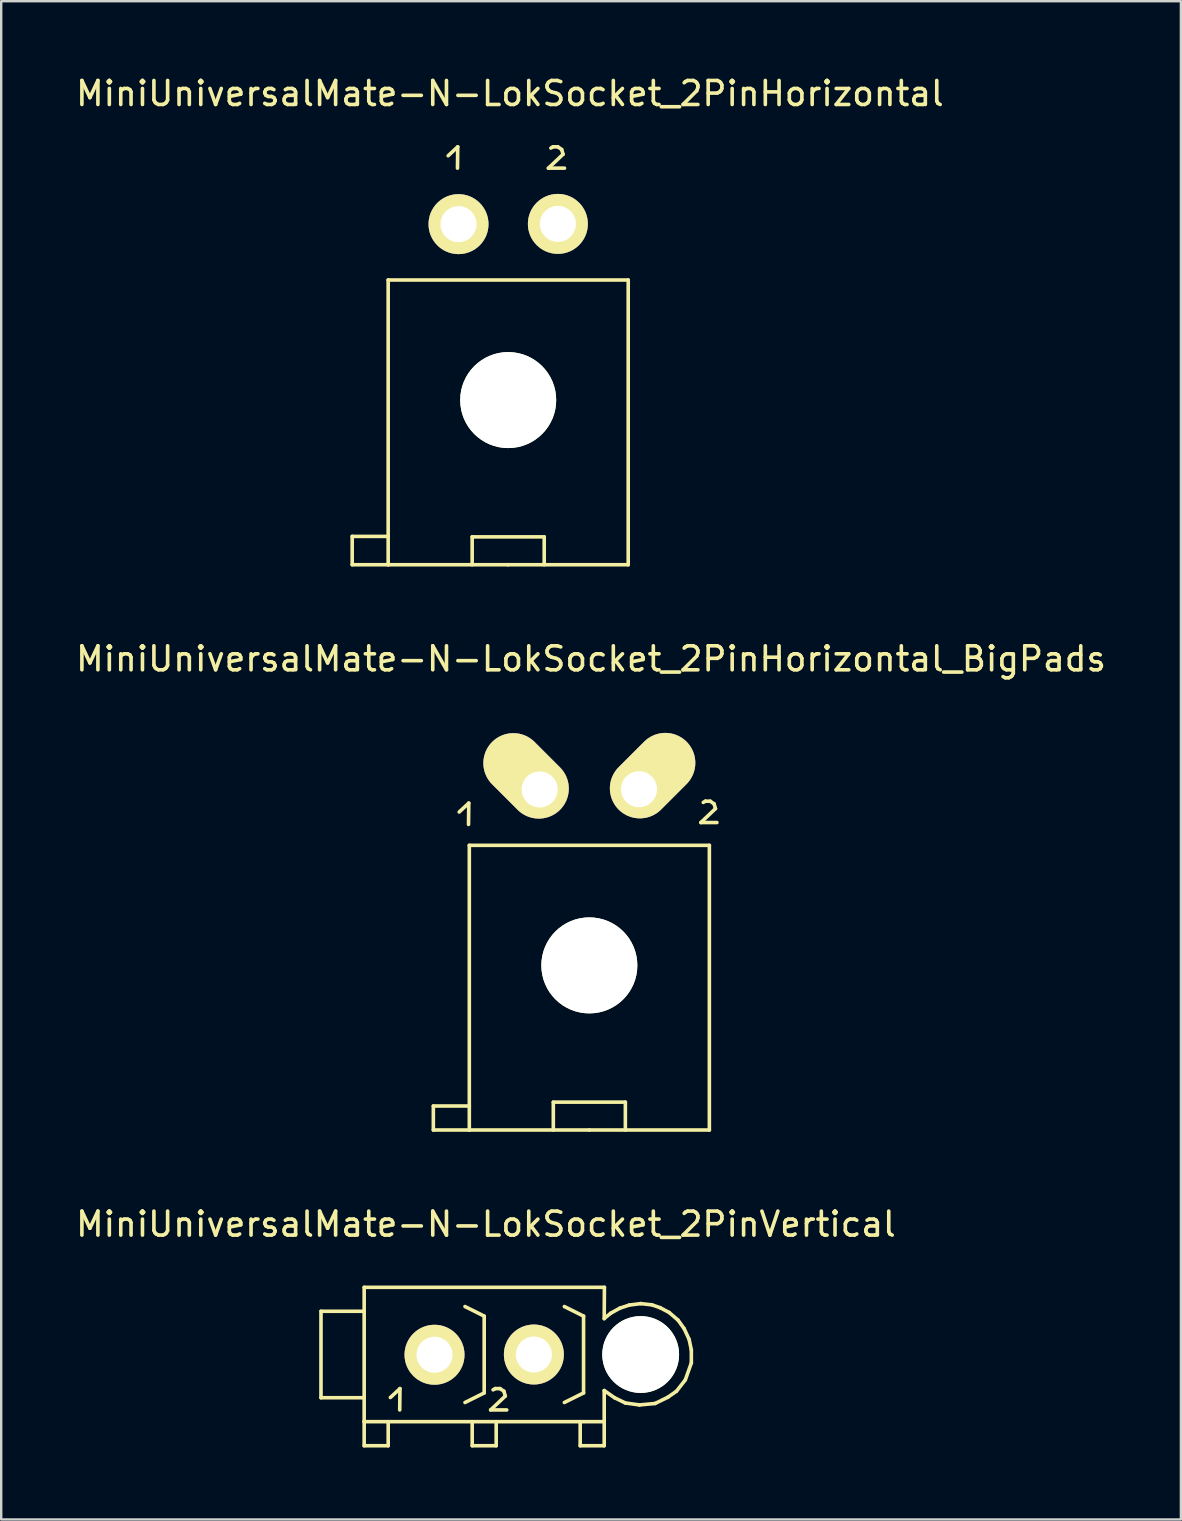
<source format=kicad_pcb>
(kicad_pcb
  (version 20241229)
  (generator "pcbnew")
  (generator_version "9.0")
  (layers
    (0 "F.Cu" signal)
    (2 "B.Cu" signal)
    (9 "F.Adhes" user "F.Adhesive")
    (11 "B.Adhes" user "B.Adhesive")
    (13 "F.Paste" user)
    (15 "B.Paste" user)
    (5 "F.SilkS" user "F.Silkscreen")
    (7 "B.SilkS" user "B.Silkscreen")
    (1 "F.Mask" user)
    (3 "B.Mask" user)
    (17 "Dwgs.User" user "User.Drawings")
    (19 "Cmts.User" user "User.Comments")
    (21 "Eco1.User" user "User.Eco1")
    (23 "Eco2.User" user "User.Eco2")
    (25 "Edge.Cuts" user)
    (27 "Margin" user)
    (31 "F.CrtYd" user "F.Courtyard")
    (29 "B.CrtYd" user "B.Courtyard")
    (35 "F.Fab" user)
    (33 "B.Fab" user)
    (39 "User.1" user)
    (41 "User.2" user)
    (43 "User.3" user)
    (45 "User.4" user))
  (footprint "MiniUniversalMate-N-LokSocket_2PinHorizontal_BigPads"
    (layer "F.Cu")
    (at 21.506 29.834)
    (property "Reference" "MiniUniversalMate-N-LokSocket_2PinHorizontal_BigPads" (at 0.071 -5.431 0) (layer "F.SilkS") (effects (font (size 1 1) (thickness 0.15))))
    (attr through_hole)
    (fp_line (start -6.5 13.2) (end -5.001 13.2) (stroke (width 0.15) (type solid)) (layer "F.SilkS"))
    (fp_line (start -6.5 14.201) (end -6.5 13.2) (stroke (width 0.15) (type solid)) (layer "F.SilkS"))
    (fp_line (start -5.423 0.95) (end -5.024 0.579) (stroke (width 0.15) (type solid)) (layer "F.SilkS"))
    (fp_line (start -5.024 0.579) (end -5.034 1.468) (stroke (width 0.15) (type solid)) (layer "F.SilkS"))
    (fp_line (start -5.001 2.339) (end 5.001 2.339) (stroke (width 0.15) (type solid)) (layer "F.SilkS"))
    (fp_line (start -5.001 14.201) (end -6.5 14.201) (stroke (width 0.15) (type solid)) (layer "F.SilkS"))
    (fp_line (start -5.001 14.201) (end -5.001 2.339) (stroke (width 0.15) (type solid)) (layer "F.SilkS"))
    (fp_line (start -1.501 13.04) (end -1.501 14.201) (stroke (width 0.15) (type solid)) (layer "F.SilkS"))
    (fp_line (start 0 14.201) (end -5.001 14.201) (stroke (width 0.15) (type solid)) (layer "F.SilkS"))
    (fp_line (start 0 14.201) (end 5.001 14.201) (stroke (width 0.15) (type solid)) (layer "F.SilkS"))
    (fp_line (start 1.501 13.04) (end -1.501 13.04) (stroke (width 0.15) (type solid)) (layer "F.SilkS"))
    (fp_line (start 1.501 14.201) (end 1.501 13.04) (stroke (width 0.15) (type solid)) (layer "F.SilkS"))
    (fp_line (start 4.646 1.389) (end 5.316 1.389) (stroke (width 0.15) (type solid)) (layer "F.SilkS"))
    (fp_line (start 4.747 0.551) (end 4.836 0.5) (stroke (width 0.15) (type solid)) (layer "F.SilkS"))
    (fp_line (start 4.836 0.5) (end 5.037 0.5) (stroke (width 0.15) (type solid)) (layer "F.SilkS"))
    (fp_line (start 5.001 2.339) (end 5.001 14.201) (stroke (width 0.15) (type solid)) (layer "F.SilkS"))
    (fp_line (start 5.037 0.5) (end 5.197 0.61) (stroke (width 0.15) (type solid)) (layer "F.SilkS"))
    (fp_line (start 5.197 0.61) (end 5.255 0.81) (stroke (width 0.15) (type solid)) (layer "F.SilkS"))
    (fp_line (start 5.255 0.81) (end 4.646 1.389) (stroke (width 0.15) (type solid)) (layer "F.SilkS"))
    (pad "" np_thru_hole circle (at 0 7.341) (size 4 4) (drill 4) (layers "*.Cu" "*.Mask" "F.SilkS"))
    (pad "1" thru_hole oval (at -2.07 0.01 315) (size 4 2.499) (drill 1.501 (offset -0.8 0)) (layers "*.Cu" "*.Mask" "F.SilkS"))
    (pad "2" thru_hole oval (at 2.07 0 45) (size 4 2.499) (drill 1.501 (offset 0.8 0)) (layers "*.Cu" "*.Mask" "F.SilkS")))
  (footprint "MiniUniversalMate-N-LokSocket_2PinHorizontal"
    (layer "F.Cu")
    (at 18.125 6.279)
    (property "Reference" "MiniUniversalMate-N-LokSocket_2PinHorizontal" (at 0.071 -5.431 0) (layer "F.SilkS") (effects (font (size 1 1) (thickness 0.15))))
    (attr through_hole)
    (fp_line (start -6.5 13.02) (end -5.001 13.02) (stroke (width 0.15) (type solid)) (layer "F.SilkS"))
    (fp_line (start -6.5 14.201) (end -6.5 13.02) (stroke (width 0.15) (type solid)) (layer "F.SilkS"))
    (fp_line (start -5.001 2.339) (end 5.001 2.339) (stroke (width 0.15) (type solid)) (layer "F.SilkS"))
    (fp_line (start -5.001 14.201) (end -6.5 14.201) (stroke (width 0.15) (type solid)) (layer "F.SilkS"))
    (fp_line (start -5.001 14.201) (end -5.001 2.339) (stroke (width 0.15) (type solid)) (layer "F.SilkS"))
    (fp_line (start -2.502 -2.84) (end -2.103 -3.211) (stroke (width 0.15) (type solid)) (layer "F.SilkS"))
    (fp_line (start -2.103 -3.211) (end -2.113 -2.322) (stroke (width 0.15) (type solid)) (layer "F.SilkS"))
    (fp_line (start -1.501 13.04) (end -1.501 14.201) (stroke (width 0.15) (type solid)) (layer "F.SilkS"))
    (fp_line (start 0 14.201) (end -5.001 14.201) (stroke (width 0.15) (type solid)) (layer "F.SilkS"))
    (fp_line (start 0 14.201) (end 5.001 14.201) (stroke (width 0.15) (type solid)) (layer "F.SilkS"))
    (fp_line (start 1.501 13.04) (end -1.501 13.04) (stroke (width 0.15) (type solid)) (layer "F.SilkS"))
    (fp_line (start 1.501 14.201) (end 1.501 13.04) (stroke (width 0.15) (type solid)) (layer "F.SilkS"))
    (fp_line (start 1.676 -2.322) (end 2.347 -2.322) (stroke (width 0.15) (type solid)) (layer "F.SilkS"))
    (fp_line (start 1.778 -3.16) (end 1.867 -3.211) (stroke (width 0.15) (type solid)) (layer "F.SilkS"))
    (fp_line (start 1.867 -3.211) (end 2.068 -3.211) (stroke (width 0.15) (type solid)) (layer "F.SilkS"))
    (fp_line (start 2.068 -3.211) (end 2.228 -3.101) (stroke (width 0.15) (type solid)) (layer "F.SilkS"))
    (fp_line (start 2.228 -3.101) (end 2.286 -2.901) (stroke (width 0.15) (type solid)) (layer "F.SilkS"))
    (fp_line (start 2.286 -2.901) (end 1.676 -2.322) (stroke (width 0.15) (type solid)) (layer "F.SilkS"))
    (fp_line (start 5.001 2.339) (end 5.001 14.201) (stroke (width 0.15) (type solid)) (layer "F.SilkS"))
    (pad "" np_thru_hole circle (at 0 7.341) (size 4 4) (drill 4) (layers "*.Cu" "*.Mask" "F.SilkS"))
    (pad "1" thru_hole circle (at -2.07 0.01 90) (size 2.499 2.499) (drill 1.501) (layers "*.Cu" "*.Mask" "F.SilkS"))
    (pad "2" thru_hole circle (at 2.07 0 90) (size 2.499 2.499) (drill 1.501) (layers "*.Cu" "*.Mask" "F.SilkS")))
  (footprint "MiniUniversalMate-N-LokSocket_2PinVertical"
    (layer "F.Cu")
    (at 17.125 53.389)
    (property "Reference" "MiniUniversalMate-N-LokSocket_2PinVertical" (at 0.071 -5.431 0) (layer "F.SilkS") (effects (font (size 1 1) (thickness 0.15))))
    (attr through_hole)
    (fp_line (start -6.8 -1.801) (end -6.8 1.801) (stroke (width 0.15) (type solid)) (layer "F.SilkS"))
    (fp_line (start -6.8 1.801) (end -5.001 1.801) (stroke (width 0.15) (type solid)) (layer "F.SilkS"))
    (fp_line (start -5.001 -2.799) (end -5.001 2.799) (stroke (width 0.15) (type solid)) (layer "F.SilkS"))
    (fp_line (start -5.001 -2.799) (end 5.009 -2.799) (stroke (width 0.15) (type solid)) (layer "F.SilkS"))
    (fp_line (start -5.001 -1.801) (end -6.8 -1.801) (stroke (width 0.15) (type solid)) (layer "F.SilkS"))
    (fp_line (start -5.001 2.799) (end -5.001 3.8) (stroke (width 0.15) (type solid)) (layer "F.SilkS"))
    (fp_line (start -5.001 2.799) (end 5.001 2.799) (stroke (width 0.15) (type solid)) (layer "F.SilkS"))
    (fp_line (start -5.001 3.8) (end -4 3.8) (stroke (width 0.15) (type solid)) (layer "F.SilkS"))
    (fp_line (start -4 3.8) (end -4 2.799) (stroke (width 0.15) (type solid)) (layer "F.SilkS"))
    (fp_line (start -3.909 1.791) (end -3.51 1.42) (stroke (width 0.15) (type solid)) (layer "F.SilkS"))
    (fp_line (start -3.51 1.42) (end -3.52 2.309) (stroke (width 0.15) (type solid)) (layer "F.SilkS"))
    (fp_line (start -0.5 3.8) (end -0.5 2.799) (stroke (width 0.15) (type solid)) (layer "F.SilkS"))
    (fp_line (start 0 -1.6) (end -0.8 -1.999) (stroke (width 0.15) (type solid)) (layer "F.SilkS"))
    (fp_line (start 0 -1.6) (end 0 1.6) (stroke (width 0.15) (type solid)) (layer "F.SilkS"))
    (fp_line (start 0 1.6) (end -0.8 1.999) (stroke (width 0.15) (type solid)) (layer "F.SilkS"))
    (fp_line (start 0.269 2.309) (end 0.94 2.309) (stroke (width 0.15) (type solid)) (layer "F.SilkS"))
    (fp_line (start 0.371 1.471) (end 0.46 1.42) (stroke (width 0.15) (type solid)) (layer "F.SilkS"))
    (fp_line (start 0.46 1.42) (end 0.66 1.42) (stroke (width 0.15) (type solid)) (layer "F.SilkS"))
    (fp_line (start 0.5 2.799) (end 0.5 3.8) (stroke (width 0.15) (type solid)) (layer "F.SilkS"))
    (fp_line (start 0.5 3.8) (end -0.5 3.8) (stroke (width 0.15) (type solid)) (layer "F.SilkS"))
    (fp_line (start 0.66 1.42) (end 0.82 1.529) (stroke (width 0.15) (type solid)) (layer "F.SilkS"))
    (fp_line (start 0.82 1.529) (end 0.879 1.73) (stroke (width 0.15) (type solid)) (layer "F.SilkS"))
    (fp_line (start 0.879 1.73) (end 0.269 2.309) (stroke (width 0.15) (type solid)) (layer "F.SilkS"))
    (fp_line (start 4 3.8) (end 4 2.799) (stroke (width 0.15) (type solid)) (layer "F.SilkS"))
    (fp_line (start 4.14 -1.6) (end 3.34 -1.999) (stroke (width 0.15) (type solid)) (layer "F.SilkS"))
    (fp_line (start 4.14 -1.6) (end 4.14 1.6) (stroke (width 0.15) (type solid)) (layer "F.SilkS"))
    (fp_line (start 4.14 1.6) (end 3.34 1.999) (stroke (width 0.15) (type solid)) (layer "F.SilkS"))
    (fp_line (start 5.001 -1.501) (end 5.271 -1.72) (stroke (width 0.15) (type solid)) (layer "F.SilkS"))
    (fp_line (start 5.001 2.799) (end 5.001 1.501) (stroke (width 0.15) (type solid)) (layer "F.SilkS"))
    (fp_line (start 5.001 2.799) (end 5.001 3.8) (stroke (width 0.15) (type solid)) (layer "F.SilkS"))
    (fp_line (start 5.001 3.8) (end 4 3.8) (stroke (width 0.15) (type solid)) (layer "F.SilkS"))
    (fp_line (start 5.009 -2.799) (end 5.001 -1.491) (stroke (width 0.15) (type solid)) (layer "F.SilkS"))
    (fp_line (start 5.271 -1.72) (end 5.649 -1.93) (stroke (width 0.15) (type solid)) (layer "F.SilkS"))
    (fp_line (start 5.431 1.801) (end 5.001 1.501) (stroke (width 0.15) (type solid)) (layer "F.SilkS"))
    (fp_line (start 5.649 -1.93) (end 6.04 -2.06) (stroke (width 0.15) (type solid)) (layer "F.SilkS"))
    (fp_line (start 5.88 2.019) (end 5.431 1.801) (stroke (width 0.15) (type solid)) (layer "F.SilkS"))
    (fp_line (start 6.04 -2.06) (end 6.52 -2.121) (stroke (width 0.15) (type solid)) (layer "F.SilkS"))
    (fp_line (start 6.469 2.101) (end 5.88 2.019) (stroke (width 0.15) (type solid)) (layer "F.SilkS"))
    (fp_line (start 6.52 -2.121) (end 6.99 -2.07) (stroke (width 0.15) (type solid)) (layer "F.SilkS"))
    (fp_line (start 6.99 -2.07) (end 7.33 -1.951) (stroke (width 0.15) (type solid)) (layer "F.SilkS"))
    (fp_line (start 7.12 2.04) (end 6.469 2.101) (stroke (width 0.15) (type solid)) (layer "F.SilkS"))
    (fp_line (start 7.33 -1.951) (end 7.709 -1.75) (stroke (width 0.15) (type solid)) (layer "F.SilkS"))
    (fp_line (start 7.65 1.781) (end 7.12 2.04) (stroke (width 0.15) (type solid)) (layer "F.SilkS"))
    (fp_line (start 7.709 -1.75) (end 8.08 -1.43) (stroke (width 0.15) (type solid)) (layer "F.SilkS"))
    (fp_line (start 8.011 1.529) (end 7.65 1.781) (stroke (width 0.15) (type solid)) (layer "F.SilkS"))
    (fp_line (start 8.08 -1.43) (end 8.331 -1.079) (stroke (width 0.15) (type solid)) (layer "F.SilkS"))
    (fp_line (start 8.331 -1.079) (end 8.539 -0.63) (stroke (width 0.15) (type solid)) (layer "F.SilkS"))
    (fp_line (start 8.379 1.059) (end 8.011 1.529) (stroke (width 0.15) (type solid)) (layer "F.SilkS"))
    (fp_line (start 8.539 -0.63) (end 8.631 -0.191) (stroke (width 0.15) (type solid)) (layer "F.SilkS"))
    (fp_line (start 8.631 -0.191) (end 8.631 0.351) (stroke (width 0.15) (type solid)) (layer "F.SilkS"))
    (fp_line (start 8.631 0.351) (end 8.379 1.059) (stroke (width 0.15) (type solid)) (layer "F.SilkS"))
    (pad "" np_thru_hole circle (at 6.52 0) (size 3.2 3.2) (drill 3.2) (layers "*.Cu" "*.Mask" "F.SilkS"))
    (pad "1" thru_hole circle (at -2.07 0.01 90) (size 2.499 2.499) (drill 1.501) (layers "*.Cu" "*.Mask" "F.SilkS"))
    (pad "2" thru_hole circle (at 2.07 0 90) (size 2.499 2.499) (drill 1.501) (layers "*.Cu" "*.Mask" "F.SilkS")))
  (gr_rect
    (start -3 -3)
    (end 46.155 60.263)
    (stroke (width 0.1) (type default))
    (fill no)
    (layer "Edge.Cuts")))
</source>
